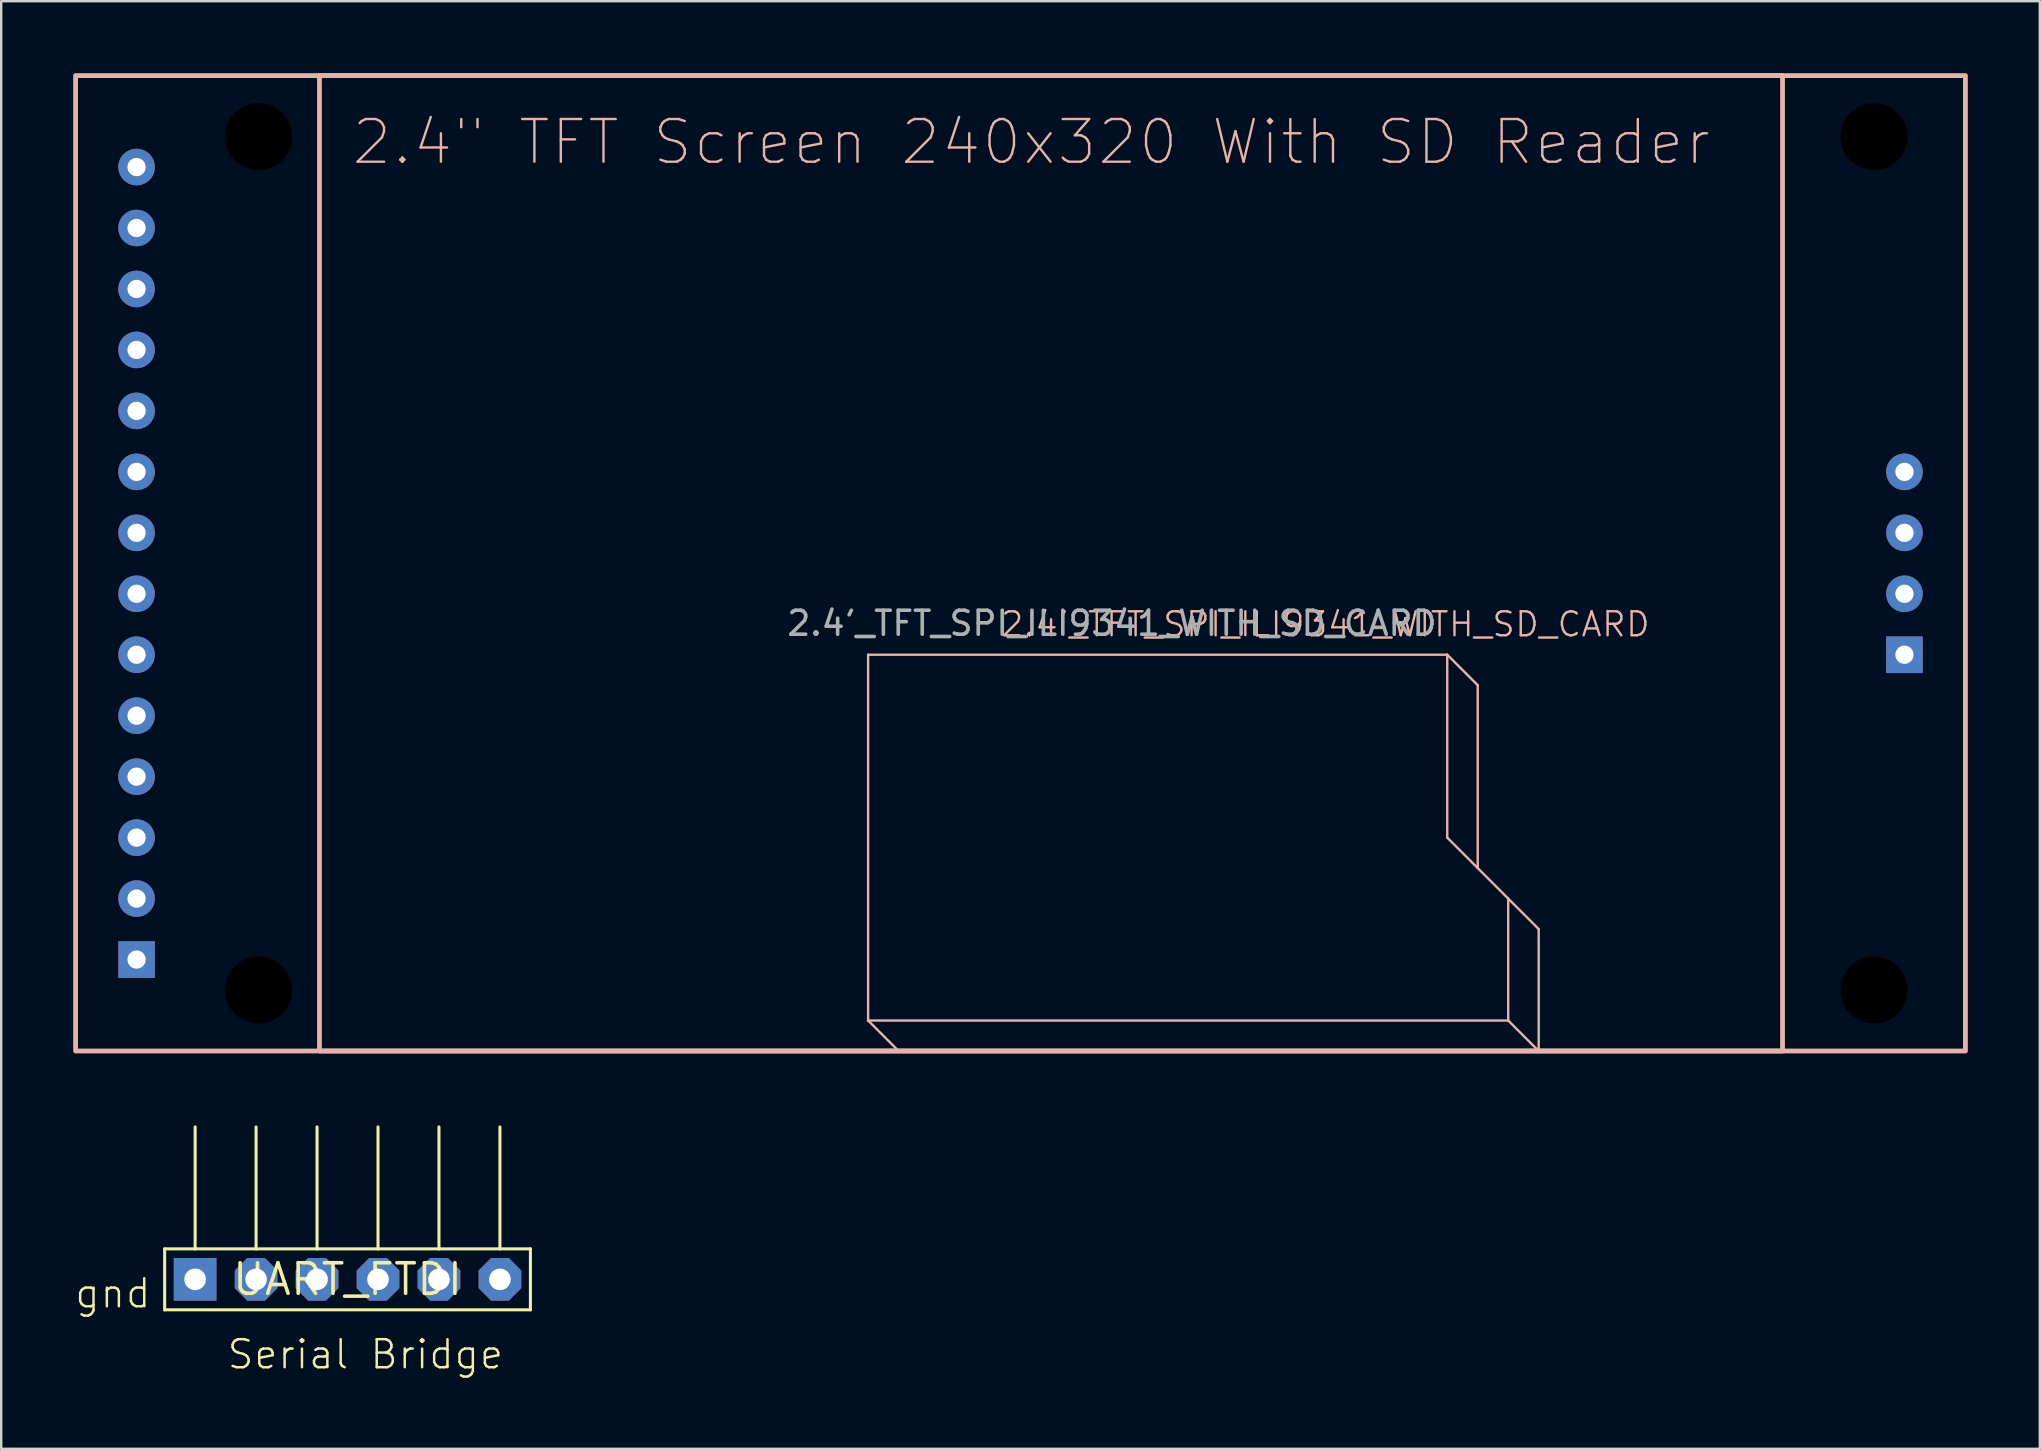
<source format=kicad_pcb>
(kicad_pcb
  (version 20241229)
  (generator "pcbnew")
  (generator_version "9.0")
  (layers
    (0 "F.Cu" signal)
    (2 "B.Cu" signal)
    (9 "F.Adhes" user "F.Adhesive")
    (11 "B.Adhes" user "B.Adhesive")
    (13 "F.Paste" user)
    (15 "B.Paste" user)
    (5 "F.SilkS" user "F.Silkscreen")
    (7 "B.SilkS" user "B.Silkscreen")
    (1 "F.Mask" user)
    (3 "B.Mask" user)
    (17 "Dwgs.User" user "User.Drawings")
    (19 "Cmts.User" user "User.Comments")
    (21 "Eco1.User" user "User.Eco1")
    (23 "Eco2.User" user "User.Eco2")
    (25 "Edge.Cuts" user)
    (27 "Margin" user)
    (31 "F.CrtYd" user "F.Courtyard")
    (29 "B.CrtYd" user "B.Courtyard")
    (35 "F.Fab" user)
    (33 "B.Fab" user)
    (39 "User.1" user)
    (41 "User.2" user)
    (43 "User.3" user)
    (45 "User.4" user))
  (footprint "UART_FTDI"
    (layer "F.Cu")
    (at 11.43 50.254)
    (property "Reference" "UART_FTDI" (at 0 0 0) (layer "F.SilkS") (effects (font (size 1.27 1.27) (thickness 0.15))))
    (fp_line (start -7.62 -1.27) (end -7.62 1.27) (stroke (width 0.127) (type solid)) (layer "F.SilkS"))
    (fp_line (start -7.62 1.27) (end 7.62 1.27) (stroke (width 0.127) (type solid)) (layer "F.SilkS"))
    (fp_line (start -6.35 -1.27) (end -7.62 -1.27) (stroke (width 0.127) (type solid)) (layer "F.SilkS"))
    (fp_line (start -6.35 -1.27) (end -6.35 -6.35) (stroke (width 0.127) (type solid)) (layer "F.SilkS"))
    (fp_line (start -3.81 -6.35) (end -3.81 -1.27) (stroke (width 0.127) (type solid)) (layer "F.SilkS"))
    (fp_line (start -3.81 -1.27) (end -6.35 -1.27) (stroke (width 0.127) (type solid)) (layer "F.SilkS"))
    (fp_line (start -1.27 -1.27) (end -3.81 -1.27) (stroke (width 0.127) (type solid)) (layer "F.SilkS"))
    (fp_line (start -1.27 -1.27) (end -1.27 -6.35) (stroke (width 0.127) (type solid)) (layer "F.SilkS"))
    (fp_line (start 1.27 -6.35) (end 1.27 -1.27) (stroke (width 0.127) (type solid)) (layer "F.SilkS"))
    (fp_line (start 1.27 -1.27) (end -1.27 -1.27) (stroke (width 0.127) (type solid)) (layer "F.SilkS"))
    (fp_line (start 3.81 -1.27) (end 1.27 -1.27) (stroke (width 0.127) (type solid)) (layer "F.SilkS"))
    (fp_line (start 3.81 -1.27) (end 3.81 -6.35) (stroke (width 0.127) (type solid)) (layer "F.SilkS"))
    (fp_line (start 6.35 -1.27) (end 3.81 -1.27) (stroke (width 0.127) (type solid)) (layer "F.SilkS"))
    (fp_line (start 6.35 -1.27) (end 6.35 -6.35) (stroke (width 0.127) (type solid)) (layer "F.SilkS"))
    (fp_line (start 7.62 -1.27) (end 6.35 -1.27) (stroke (width 0.127) (type solid)) (layer "F.SilkS"))
    (fp_line (start 7.62 1.27) (end 7.62 -1.27) (stroke (width 0.127) (type solid)) (layer "F.SilkS"))
    (fp_text user "gnd" (at -11.43 1.27 0) (unlocked yes) (layer "F.SilkS") (effects (font (size 1.168 1.168) (thickness 0.102)) (justify left bottom)))
    (fp_text user "Serial Bridge" (at -5.08 3.81 0) (unlocked yes) (layer "F.SilkS") (effects (font (size 1.168 1.168) (thickness 0.102)) (justify left bottom)))
    (pad "5V" thru_hole roundrect (at -1.27 0) (size 1.778 1.778) (drill 0.9) (layers "*.Cu" "*.Mask") (roundrect_rratio 0.25) (chamfer_ratio 0.293) (chamfer top_left top_right bottom_left bottom_right))
    (pad "CTS" thru_hole roundrect (at -3.81 0) (size 1.778 1.778) (drill 0.9) (layers "*.Cu" "*.Mask") (roundrect_rratio 0.25) (chamfer_ratio 0.293) (chamfer top_left top_right bottom_left bottom_right))
    (pad "GND" thru_hole rect (at -6.35 0) (size 1.778 1.778) (drill 0.9) (layers "*.Cu" "*.Mask"))
    (pad "RTS" thru_hole roundrect (at 6.35 0) (size 1.778 1.778) (drill 0.9) (layers "*.Cu" "*.Mask") (roundrect_rratio 0.25) (chamfer_ratio 0.293) (chamfer top_left top_right bottom_left bottom_right))
    (pad "RXD" thru_hole roundrect (at 3.81 0) (size 1.778 1.778) (drill 0.9) (layers "*.Cu" "*.Mask") (roundrect_rratio 0.25) (chamfer_ratio 0.293) (chamfer top_left top_right bottom_left bottom_right))
    (pad "TXD" thru_hole roundrect (at 1.27 0) (size 1.778 1.778) (drill 0.9) (layers "*.Cu" "*.Mask") (roundrect_rratio 0.25) (chamfer_ratio 0.293) (chamfer top_left top_right bottom_left bottom_right)))
  (footprint "2.4'_TFT_SPI_ILI9341_WITH_SD_CARD"
    (layer "F.Cu")
    (at 40.74 20.42)
    (property "Reference" "2.4'_TFT_SPI_ILI9341_WITH_SD_CARD" (at 11.43 2.54 0) (unlocked yes) (layer "B.SilkS") (effects (font (size 1 1) (thickness 0.1))))
    (attr through_hole)
    (fp_line (start -7.62 3.81) (end -7.62 19.05) (stroke (width 0.1) (type default)) (layer "B.SilkS"))
    (fp_line (start -7.62 19.05) (end -6.35 20.32) (stroke (width 0.1) (type default)) (layer "B.SilkS"))
    (fp_line (start 16.51 3.81) (end -7.62 3.81) (stroke (width 0.1) (type default)) (layer "B.SilkS"))
    (fp_line (start 16.51 3.81) (end 16.51 11.43) (stroke (width 0.1) (type default)) (layer "B.SilkS"))
    (fp_line (start 16.51 3.81) (end 17.78 5.08) (stroke (width 0.1) (type default)) (layer "B.SilkS"))
    (fp_line (start 16.51 11.43) (end 19.05 13.97) (stroke (width 0.1) (type default)) (layer "B.SilkS"))
    (fp_line (start 17.78 5.08) (end 17.78 12.7) (stroke (width 0.1) (type default)) (layer "B.SilkS"))
    (fp_line (start 19.05 13.97) (end 20.32 15.24) (stroke (width 0.1) (type default)) (layer "B.SilkS"))
    (fp_line (start 19.05 19.05) (end -7.62 19.05) (stroke (width 0.1) (type default)) (layer "B.SilkS"))
    (fp_line (start 19.05 19.05) (end 19.05 13.97) (stroke (width 0.1) (type default)) (layer "B.SilkS"))
    (fp_line (start 20.32 15.24) (end 20.32 20.32) (stroke (width 0.1) (type default)) (layer "B.SilkS"))
    (fp_line (start 20.32 20.32) (end 19.05 19.05) (stroke (width 0.1) (type default)) (layer "B.SilkS"))
    (fp_rect (start -40.64 -20.32) (end 38.1 20.32) (stroke (width 0.2) (type default)) (fill no) (layer "B.SilkS"))
    (fp_rect (start -30.48 -20.32) (end 30.48 20.32) (stroke (width 0.2) (type default)) (fill no) (layer "B.SilkS"))
    (fp_text user "2.4\" TFT Screen 240x320 With SD Reader" (at -29.21 -16.51 0) (unlocked yes) (layer "B.SilkS") (effects (font (size 1.778 1.778) (thickness 0.1)) (justify left bottom)))
    (fp_text user "${REFERENCE}" (at 2.54 2.5 0) (unlocked yes) (layer "F.Fab") (effects (font (size 1 1) (thickness 0.15))))
    (pad "" np_thru_hole circle (at -33.02 -17.78) (size 2.794 2.794) (drill 3.175) (layers "*.Mask"))
    (pad "" np_thru_hole circle (at -33.02 17.78) (size 2.794 2.794) (drill 3.175) (layers "*.Mask"))
    (pad "" np_thru_hole circle (at 34.29 -17.78) (size 2.794 2.794) (drill 3.175) (layers "*.Mask"))
    (pad "" np_thru_hole circle (at 34.29 17.78) (size 2.794 2.794) (drill 3.175) (layers "*.Mask"))
    (pad "CS" thru_hole circle (at -38.1 11.43) (size 1.524 1.524) (drill 0.762) (layers "*.Cu" "*.Mask"))
    (pad "DC" thru_hole circle (at -38.1 6.35) (size 1.524 1.524) (drill 0.762) (layers "*.Cu" "*.Mask"))
    (pad "GND" thru_hole circle (at -38.1 13.97) (size 1.524 1.524) (drill 0.762) (layers "*.Cu" "*.Mask"))
    (pad "LED" thru_hole circle (at -38.1 -1.27) (size 1.524 1.524) (drill 0.762) (layers "*.Cu" "*.Mask"))
    (pad "RESET" thru_hole circle (at -38.1 8.89) (size 1.524 1.524) (drill 0.762) (layers "*.Cu" "*.Mask"))
    (pad "SCK" thru_hole circle (at -38.1 1.27) (size 1.524 1.524) (drill 0.762) (layers "*.Cu" "*.Mask"))
    (pad "SDI(MOSI)" thru_hole circle (at -38.1 3.81) (size 1.524 1.524) (drill 0.762) (layers "*.Cu" "*.Mask"))
    (pad "SDO(MISO)" thru_hole circle (at -38.1 -3.81) (size 1.524 1.524) (drill 0.762) (layers "*.Cu" "*.Mask"))
    (pad "SD_CS" thru_hole rect (at 35.56 3.81) (size 1.524 1.524) (drill 0.762) (layers "*.Cu" "*.Mask"))
    (pad "SD_MISO" thru_hole circle (at 35.56 -1.27) (size 1.524 1.524) (drill 0.762) (layers "*.Cu" "*.Mask"))
    (pad "SD_MOSI" thru_hole circle (at 35.56 1.27) (size 1.524 1.524) (drill 0.762) (layers "*.Cu" "*.Mask"))
    (pad "SD_SCK" thru_hole circle (at 35.56 -3.81) (size 1.524 1.524) (drill 0.762) (layers "*.Cu" "*.Mask"))
    (pad "T_CLK" thru_hole circle (at -38.1 -6.35) (size 1.524 1.524) (drill 0.762) (layers "*.Cu" "*.Mask"))
    (pad "T_CS" thru_hole circle (at -38.1 -8.89) (size 1.524 1.524) (drill 0.762) (layers "*.Cu" "*.Mask"))
    (pad "T_DIN" thru_hole circle (at -38.1 -11.43) (size 1.524 1.524) (drill 0.762) (layers "*.Cu" "*.Mask"))
    (pad "T_DO" thru_hole circle (at -38.1 -13.97) (size 1.524 1.524) (drill 0.762) (layers "*.Cu" "*.Mask"))
    (pad "T_IRQ" thru_hole circle (at -38.1 -16.51) (size 1.524 1.524) (drill 0.762) (layers "*.Cu" "*.Mask"))
    (pad "Vcc" thru_hole rect (at -38.1 16.51) (size 1.524 1.524) (drill 0.762) (layers "*.Cu" "*.Mask"))
    (zone (net_name "") (layer "B.SilkS") (hatch edge 0.5) (connect_pads) (min_thickness 0.25) (filled_areas_thickness no) (keepout (tracks not_allowed) (vias not_allowed) (pads not_allowed) (copperpour allowed) (footprints allowed)) (placement (enabled no)) (fill) (polygon (pts (xy 59.79 39.47) (xy 61.06 40.74) (xy 34.39 40.74) (xy 33.12 39.47)))))
  (gr_rect
    (start -3 -3)
    (end 81.94 57.314)
    (stroke (width 0.1) (type default))
    (fill no)
    (layer "Edge.Cuts")))
</source>
